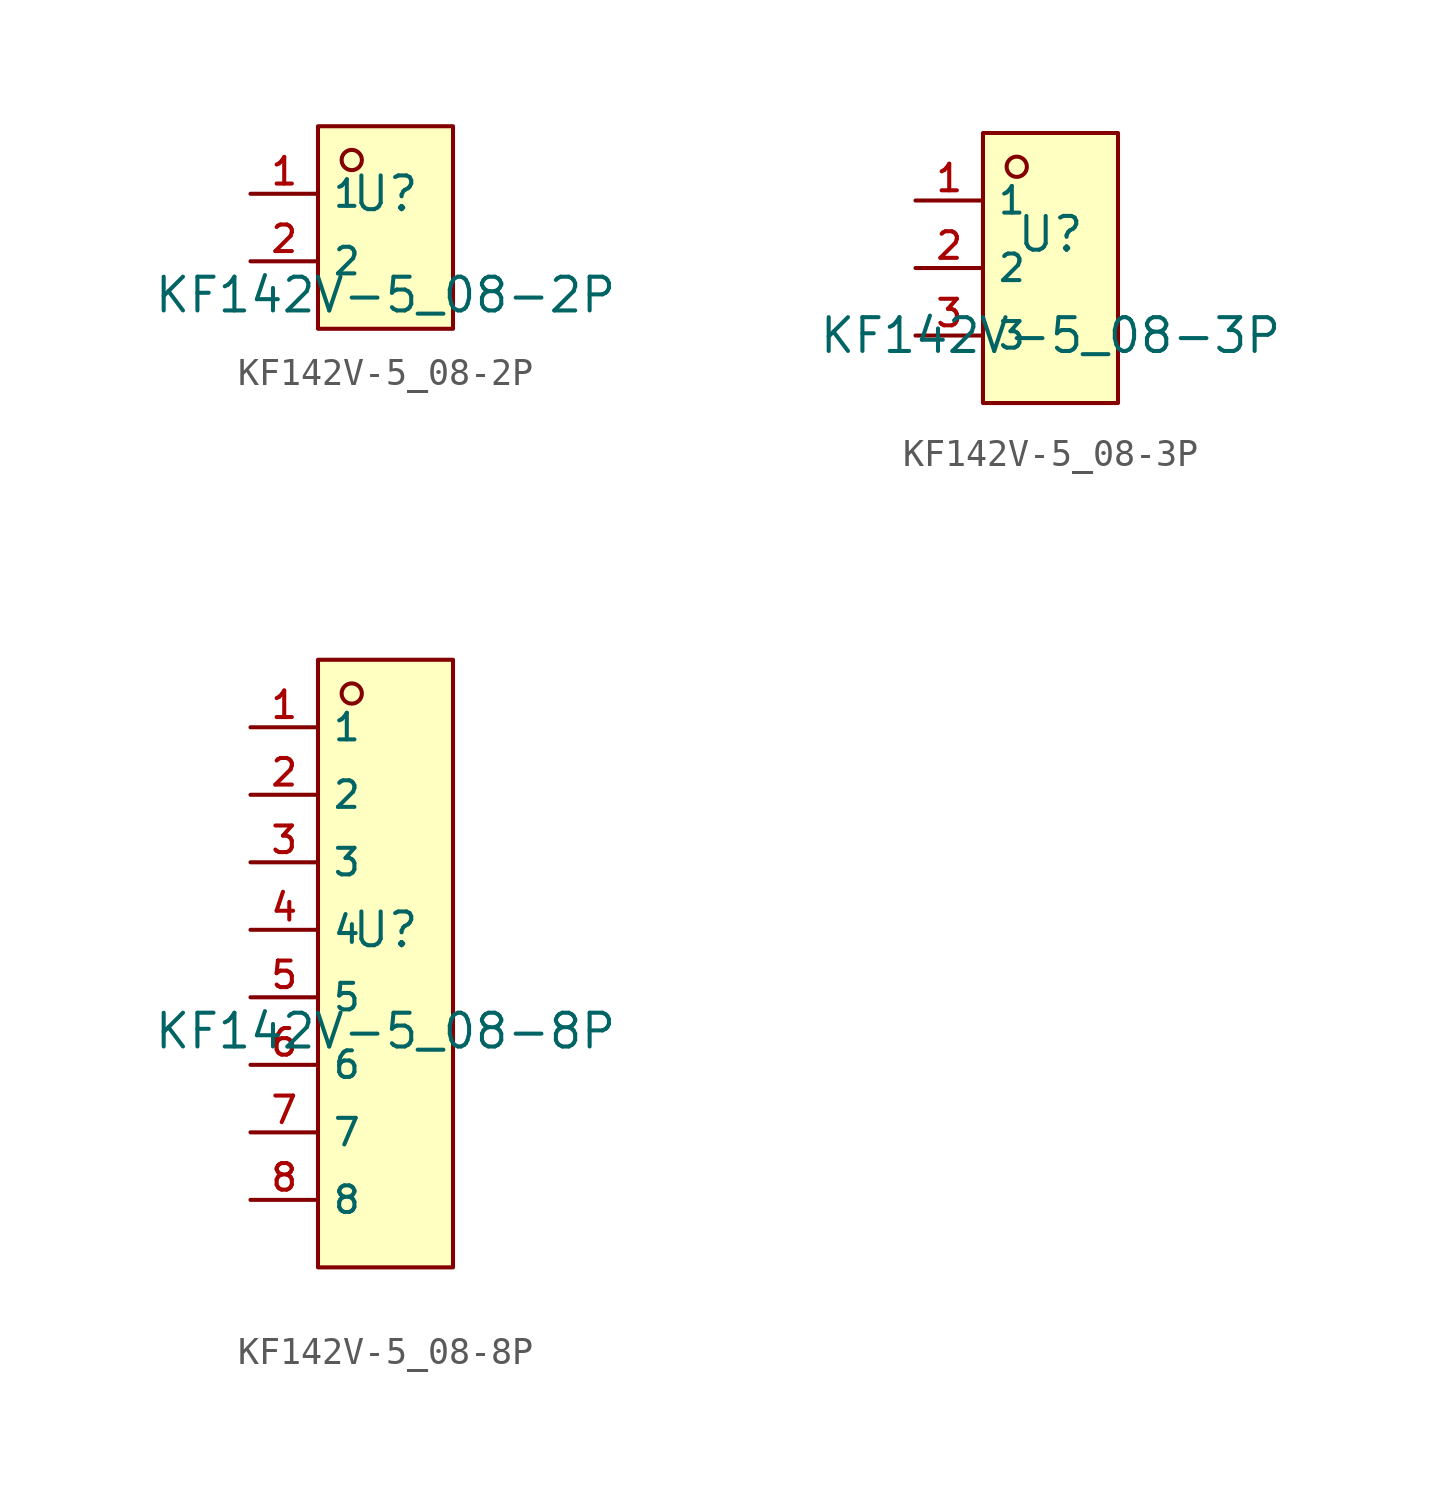
<source format=kicad_sym>
(kicad_symbol_lib
  (version 20210201)
  (generator TousstNicolas/JLC2KiCad_lib)
  (symbol "KF142V-5_08-2P"
    (property "Reference" "U"
      (at 0 1.27 0)
      (effects (font (size 1.27 1.27))))
    (property "Value" "KF142V-5_08-2P"
      (at 0 -2.54 0)
      (effects (font (size 1.27 1.27))))
    (symbol "KF142V-5_08-2P_0_1"
      (rectangle (start -2.54 3.81) (end 2.54 -3.81) (stroke (width 0) (type default) (color 0 0 0 0)) (fill (type background)))
      (circle (center -1.27 2.54) (radius 0.381) (stroke (width 0) (type default) (color 0 0 0 0)) (fill (type background)))
      (pin unspecified line (at -5.08 1.27 0) (length 2.54) (name "1" (effects (font (size 1 1)))) (number "1" (effects (font (size 1 1)))))
      (pin unspecified line (at -5.08 -1.27 0) (length 2.54) (name "2" (effects (font (size 1 1)))) (number "2" (effects (font (size 1 1)))))))
  (symbol "KF142V-5_08-3P"
    (property "Reference" "U"
      (at 0 1.27 0)
      (effects (font (size 1.27 1.27))))
    (property "Value" "KF142V-5_08-3P"
      (at 0 -2.54 0)
      (effects (font (size 1.27 1.27))))
    (symbol "KF142V-5_08-3P_0_1"
      (rectangle (start -2.54 5.08) (end 2.54 -5.08) (stroke (width 0) (type default) (color 0 0 0 0)) (fill (type background)))
      (circle (center -1.27 3.81) (radius 0.381) (stroke (width 0) (type default) (color 0 0 0 0)) (fill (type background)))
      (pin unspecified line (at -5.08 2.54 0) (length 2.54) (name "1" (effects (font (size 1 1)))) (number "1" (effects (font (size 1 1)))))
      (pin unspecified line (at -5.08 -0.0 0) (length 2.54) (name "2" (effects (font (size 1 1)))) (number "2" (effects (font (size 1 1)))))
      (pin unspecified line (at -5.08 -2.54 0) (length 2.54) (name "3" (effects (font (size 1 1)))) (number "3" (effects (font (size 1 1)))))))
  (symbol "KF142V-5_08-8P"
    (property "Reference" "U"
      (at 0 1.27 0)
      (effects (font (size 1.27 1.27))))
    (property "Value" "KF142V-5_08-8P"
      (at 0 -2.54 0)
      (effects (font (size 1.27 1.27))))
    (symbol "KF142V-5_08-8P_0_1"
      (rectangle (start -2.54 11.43) (end 2.54 -11.43) (stroke (width 0) (type default) (color 0 0 0 0)) (fill (type background)))
      (circle (center -1.27 10.16) (radius 0.381) (stroke (width 0) (type default) (color 0 0 0 0)) (fill (type background)))
      (pin unspecified line (at -5.08 8.89 0) (length 2.54) (name "1" (effects (font (size 1 1)))) (number "1" (effects (font (size 1 1)))))
      (pin unspecified line (at -5.08 6.35 0) (length 2.54) (name "2" (effects (font (size 1 1)))) (number "2" (effects (font (size 1 1)))))
      (pin unspecified line (at -5.08 3.81 0) (length 2.54) (name "3" (effects (font (size 1 1)))) (number "3" (effects (font (size 1 1)))))
      (pin unspecified line (at -5.08 1.27 0) (length 2.54) (name "4" (effects (font (size 1 1)))) (number "4" (effects (font (size 1 1)))))
      (pin unspecified line (at -5.08 -1.27 0) (length 2.54) (name "5" (effects (font (size 1 1)))) (number "5" (effects (font (size 1 1)))))
      (pin unspecified line (at -5.08 -3.81 0) (length 2.54) (name "6" (effects (font (size 1 1)))) (number "6" (effects (font (size 1 1)))))
      (pin unspecified line (at -5.08 -6.35 0) (length 2.54) (name "7" (effects (font (size 1 1)))) (number "7" (effects (font (size 1 1)))))
      (pin unspecified line (at -5.08 -8.89 0) (length 2.54) (name "8" (effects (font (size 1 1)))) (number "8" (effects (font (size 1 1))))))))
</source>
